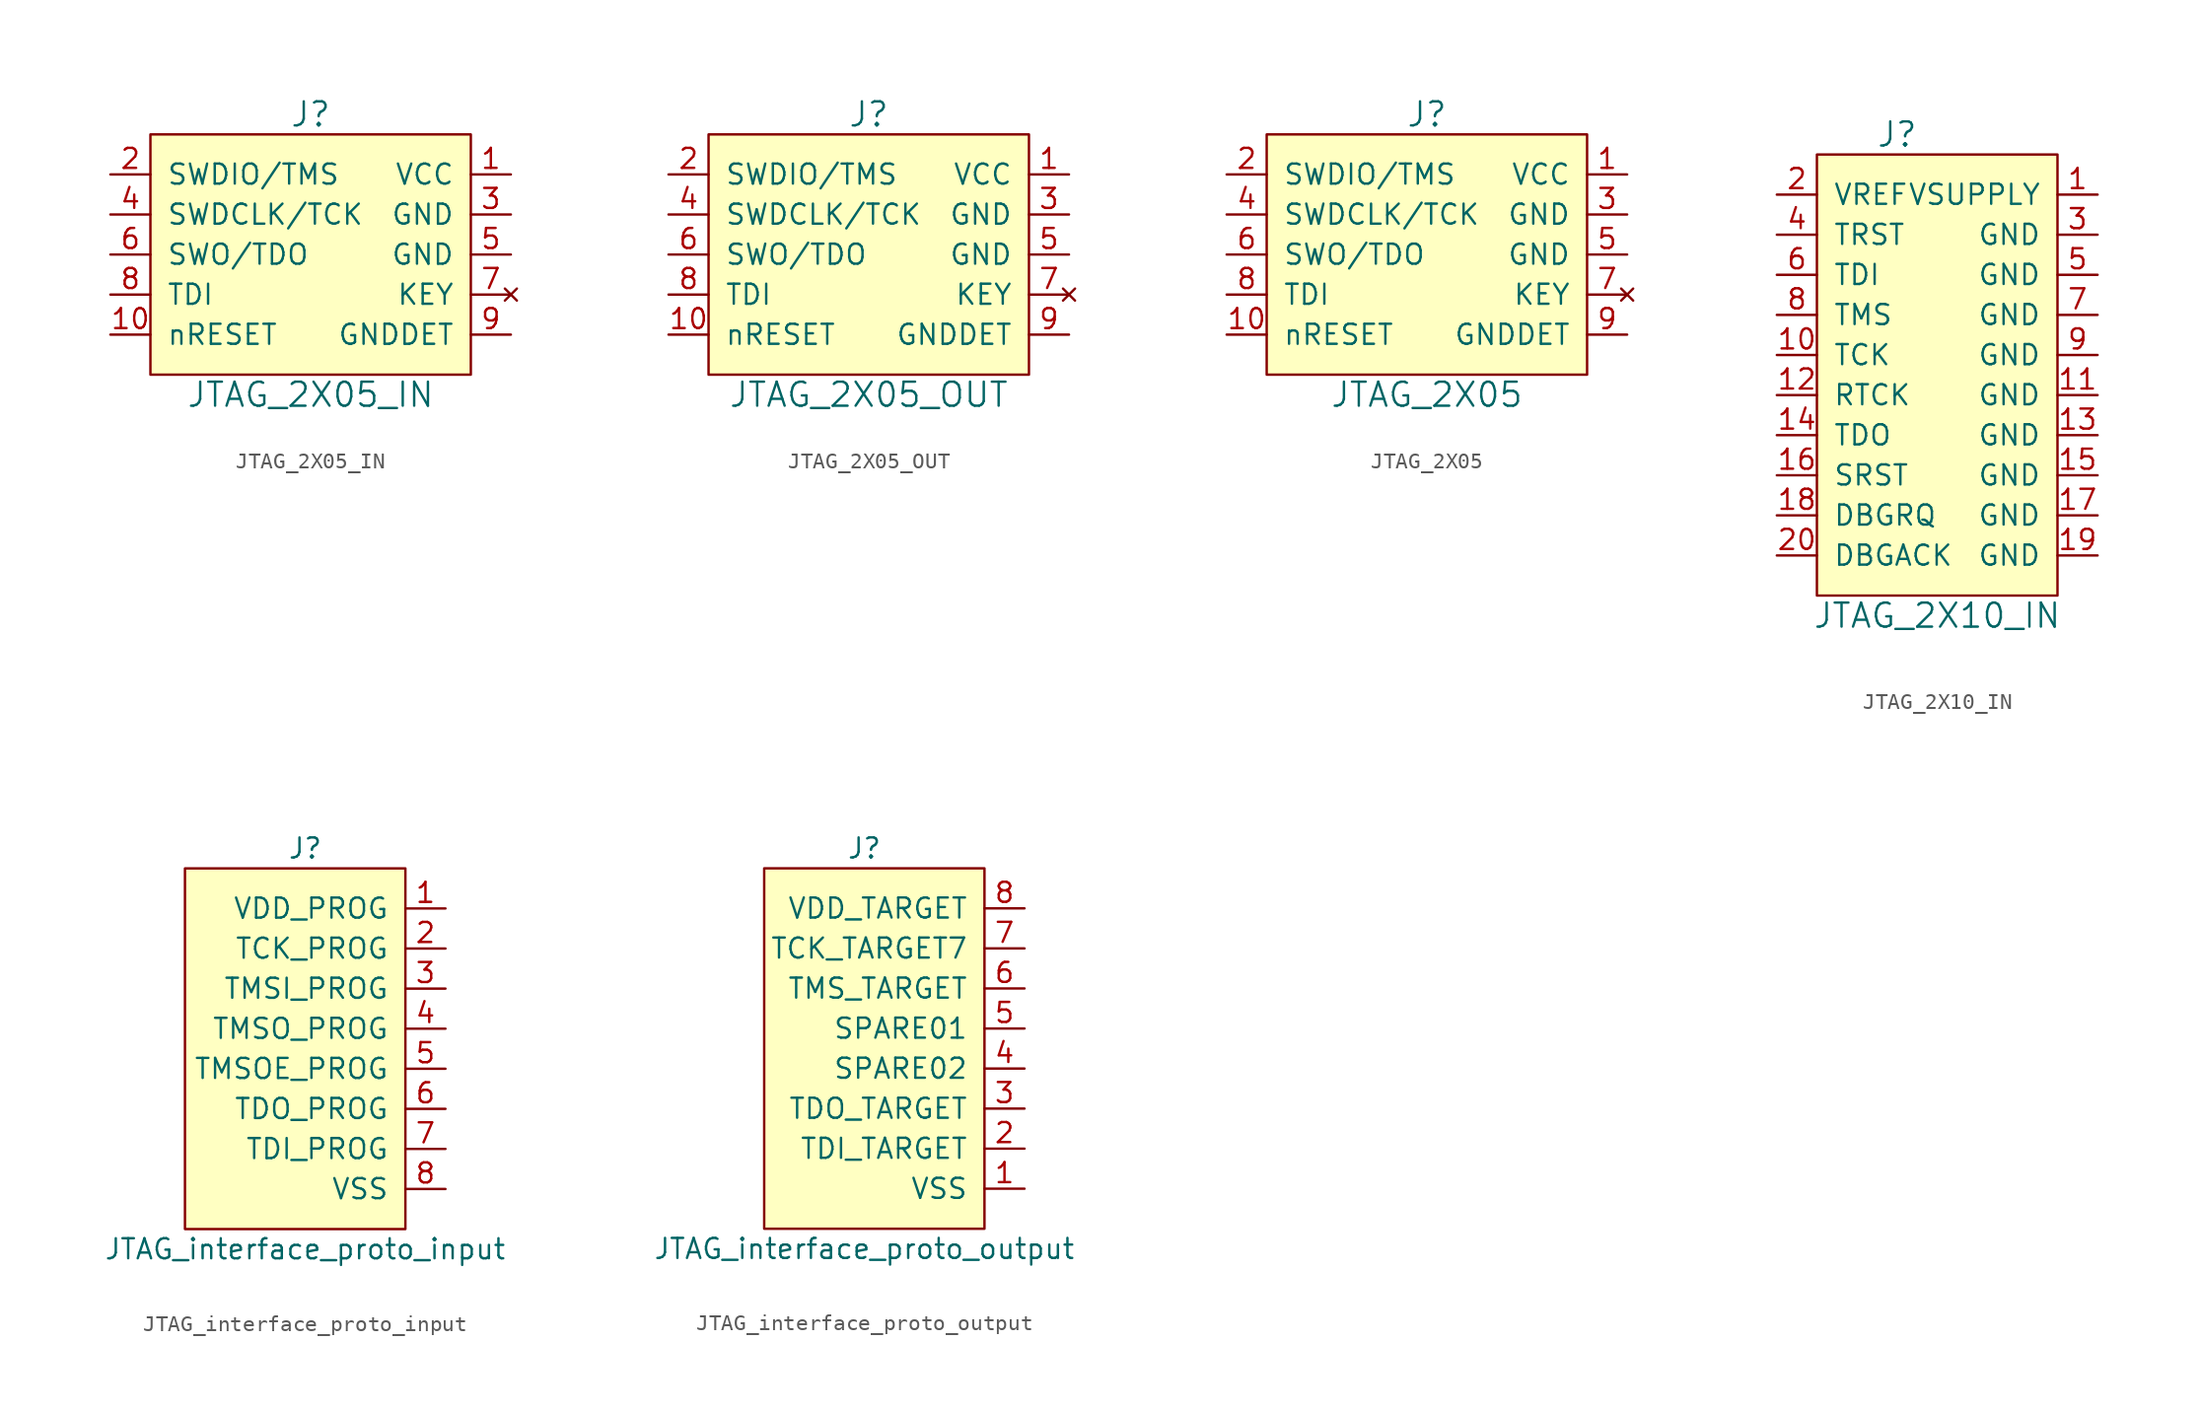
<source format=kicad_sym>
(kicad_symbol_lib
  (version 20211014)
  (generator kicad_symbol_editor)
  (symbol "JTAG_2X05_IN"
    (pin_names
      (offset 1.016))
    (property "Reference" "J"
      (at 0 8.89 0)
      (effects (font (size 1.524 1.524))))
    (property "Value" "JTAG_2X05_IN"
      (at 0 -8.89 0)
      (effects (font (size 1.524 1.524))))
    (symbol "JTAG_2X05_IN_0_1"
      (rectangle (start -10.16 7.62) (end 10.16 -7.62) (stroke (width 0) (type default) (color 0 0 0 0)) (fill (type background))))
    (symbol "JTAG_2X05_IN_1_1"
      (pin power_in line (at 12.7 5.08 180) (length 2.54) (name "VCC" (effects (font (size 1.27 1.27)))) (number "1" (effects (font (size 1.27 1.27)))))
      (pin open_collector line (at -12.7 -5.08 0) (length 2.54) (name "nRESET" (effects (font (size 1.27 1.27)))) (number "10" (effects (font (size 1.27 1.27)))))
      (pin bidirectional line (at -12.7 5.08 0) (length 2.54) (name "SWDIO/TMS" (effects (font (size 1.27 1.27)))) (number "2" (effects (font (size 1.27 1.27)))))
      (pin power_in line (at 12.7 2.54 180) (length 2.54) (name "GND" (effects (font (size 1.27 1.27)))) (number "3" (effects (font (size 1.27 1.27)))))
      (pin output line (at -12.7 2.54 0) (length 2.54) (name "SWDCLK/TCK" (effects (font (size 1.27 1.27)))) (number "4" (effects (font (size 1.27 1.27)))))
      (pin power_in line (at 12.7 0 180) (length 2.54) (name "GND" (effects (font (size 1.27 1.27)))) (number "5" (effects (font (size 1.27 1.27)))))
      (pin output line (at -12.7 0 0) (length 2.54) (name "SWO/TDO" (effects (font (size 1.27 1.27)))) (number "6" (effects (font (size 1.27 1.27)))))
      (pin no_connect line (at 12.7 -2.54 180) (length 2.54) (name "KEY" (effects (font (size 1.27 1.27)))) (number "7" (effects (font (size 1.27 1.27)))))
      (pin input line (at -12.7 -2.54 0) (length 2.54) (name "TDI" (effects (font (size 1.27 1.27)))) (number "8" (effects (font (size 1.27 1.27)))))
      (pin power_in line (at 12.7 -5.08 180) (length 2.54) (name "GNDDET" (effects (font (size 1.27 1.27)))) (number "9" (effects (font (size 1.27 1.27)))))))
  (symbol "JTAG_2X05_OUT"
    (pin_names
      (offset 1.016))
    (property "Reference" "J"
      (at 0 8.89 0)
      (effects (font (size 1.524 1.524))))
    (property "Value" "JTAG_2X05_OUT"
      (at 0 -8.89 0)
      (effects (font (size 1.524 1.524))))
    (symbol "JTAG_2X05_OUT_0_1"
      (rectangle (start -10.16 7.62) (end 10.16 -7.62) (stroke (width 0) (type default) (color 0 0 0 0)) (fill (type background))))
    (symbol "JTAG_2X05_OUT_1_1"
      (pin power_in line (at 12.7 5.08 180) (length 2.54) (name "VCC" (effects (font (size 1.27 1.27)))) (number "1" (effects (font (size 1.27 1.27)))))
      (pin open_collector line (at -12.7 -5.08 0) (length 2.54) (name "nRESET" (effects (font (size 1.27 1.27)))) (number "10" (effects (font (size 1.27 1.27)))))
      (pin bidirectional line (at -12.7 5.08 0) (length 2.54) (name "SWDIO/TMS" (effects (font (size 1.27 1.27)))) (number "2" (effects (font (size 1.27 1.27)))))
      (pin power_in line (at 12.7 2.54 180) (length 2.54) (name "GND" (effects (font (size 1.27 1.27)))) (number "3" (effects (font (size 1.27 1.27)))))
      (pin input line (at -12.7 2.54 0) (length 2.54) (name "SWDCLK/TCK" (effects (font (size 1.27 1.27)))) (number "4" (effects (font (size 1.27 1.27)))))
      (pin power_in line (at 12.7 0 180) (length 2.54) (name "GND" (effects (font (size 1.27 1.27)))) (number "5" (effects (font (size 1.27 1.27)))))
      (pin input line (at -12.7 0 0) (length 2.54) (name "SWO/TDO" (effects (font (size 1.27 1.27)))) (number "6" (effects (font (size 1.27 1.27)))))
      (pin no_connect line (at 12.7 -2.54 180) (length 2.54) (name "KEY" (effects (font (size 1.27 1.27)))) (number "7" (effects (font (size 1.27 1.27)))))
      (pin output line (at -12.7 -2.54 0) (length 2.54) (name "TDI" (effects (font (size 1.27 1.27)))) (number "8" (effects (font (size 1.27 1.27)))))
      (pin power_in line (at 12.7 -5.08 180) (length 2.54) (name "GNDDET" (effects (font (size 1.27 1.27)))) (number "9" (effects (font (size 1.27 1.27)))))))
  (symbol "JTAG_2X05"
    (pin_names
      (offset 1.016))
    (property "Reference" "J"
      (at 0 8.89 0)
      (effects (font (size 1.524 1.524))))
    (property "Value" "JTAG_2X05"
      (at 0 -8.89 0)
      (effects (font (size 1.524 1.524))))
    (symbol "JTAG_2X05_0_1"
      (rectangle (start -10.16 7.62) (end 10.16 -7.62) (stroke (width 0) (type default) (color 0 0 0 0)) (fill (type background))))
    (symbol "JTAG_2X05_1_1"
      (pin power_in line (at 12.7 5.08 180) (length 2.54) (name "VCC" (effects (font (size 1.27 1.27)))) (number "1" (effects (font (size 1.27 1.27)))))
      (pin open_collector line (at -12.7 -5.08 0) (length 2.54) (name "nRESET" (effects (font (size 1.27 1.27)))) (number "10" (effects (font (size 1.27 1.27)))))
      (pin bidirectional line (at -12.7 5.08 0) (length 2.54) (name "SWDIO/TMS" (effects (font (size 1.27 1.27)))) (number "2" (effects (font (size 1.27 1.27)))))
      (pin power_in line (at 12.7 2.54 180) (length 2.54) (name "GND" (effects (font (size 1.27 1.27)))) (number "3" (effects (font (size 1.27 1.27)))))
      (pin output line (at -12.7 2.54 0) (length 2.54) (name "SWDCLK/TCK" (effects (font (size 1.27 1.27)))) (number "4" (effects (font (size 1.27 1.27)))))
      (pin power_in line (at 12.7 0 180) (length 2.54) (name "GND" (effects (font (size 1.27 1.27)))) (number "5" (effects (font (size 1.27 1.27)))))
      (pin output line (at -12.7 0 0) (length 2.54) (name "SWO/TDO" (effects (font (size 1.27 1.27)))) (number "6" (effects (font (size 1.27 1.27)))))
      (pin no_connect line (at 12.7 -2.54 180) (length 2.54) (name "KEY" (effects (font (size 1.27 1.27)))) (number "7" (effects (font (size 1.27 1.27)))))
      (pin input line (at -12.7 -2.54 0) (length 2.54) (name "TDI" (effects (font (size 1.27 1.27)))) (number "8" (effects (font (size 1.27 1.27)))))
      (pin power_in line (at 12.7 -5.08 180) (length 2.54) (name "GNDDET" (effects (font (size 1.27 1.27)))) (number "9" (effects (font (size 1.27 1.27)))))))
  (symbol "JTAG_2X10_IN"
    (pin_names
      (offset 1.016))
    (property "Reference" "J"
      (at -2.54 15.24 0)
      (effects (font (size 1.524 1.524))))
    (property "Value" "JTAG_2X10_IN"
      (at 0 -15.24 0)
      (effects (font (size 1.524 1.524))))
    (symbol "JTAG_2X10_IN_0_1"
      (rectangle (start -7.62 13.97) (end 7.62 -13.97) (stroke (width 0) (type default) (color 0 0 0 0)) (fill (type background))))
    (symbol "JTAG_2X10_IN_1_1"
      (pin power_in line (at 10.16 11.43 180) (length 2.54) (name "VSUPPLY" (effects (font (size 1.27 1.27)))) (number "1" (effects (font (size 1.27 1.27)))))
      (pin bidirectional line (at -10.16 1.27 0) (length 2.54) (name "TCK" (effects (font (size 1.27 1.27)))) (number "10" (effects (font (size 1.27 1.27)))))
      (pin power_in line (at 10.16 -1.27 180) (length 2.54) (name "GND" (effects (font (size 1.27 1.27)))) (number "11" (effects (font (size 1.27 1.27)))))
      (pin bidirectional line (at -10.16 -1.27 0) (length 2.54) (name "RTCK" (effects (font (size 1.27 1.27)))) (number "12" (effects (font (size 1.27 1.27)))))
      (pin power_in line (at 10.16 -3.81 180) (length 2.54) (name "GND" (effects (font (size 1.27 1.27)))) (number "13" (effects (font (size 1.27 1.27)))))
      (pin bidirectional line (at -10.16 -3.81 0) (length 2.54) (name "TDO" (effects (font (size 1.27 1.27)))) (number "14" (effects (font (size 1.27 1.27)))))
      (pin power_in line (at 10.16 -6.35 180) (length 2.54) (name "GND" (effects (font (size 1.27 1.27)))) (number "15" (effects (font (size 1.27 1.27)))))
      (pin open_collector line (at -10.16 -6.35 0) (length 2.54) (name "SRST" (effects (font (size 1.27 1.27)))) (number "16" (effects (font (size 1.27 1.27)))))
      (pin power_in line (at 10.16 -8.89 180) (length 2.54) (name "GND" (effects (font (size 1.27 1.27)))) (number "17" (effects (font (size 1.27 1.27)))))
      (pin bidirectional line (at -10.16 -8.89 0) (length 2.54) (name "DBGRQ" (effects (font (size 1.27 1.27)))) (number "18" (effects (font (size 1.27 1.27)))))
      (pin power_in line (at 10.16 -11.43 180) (length 2.54) (name "GND" (effects (font (size 1.27 1.27)))) (number "19" (effects (font (size 1.27 1.27)))))
      (pin power_in line (at -10.16 11.43 0) (length 2.54) (name "VREF" (effects (font (size 1.27 1.27)))) (number "2" (effects (font (size 1.27 1.27)))))
      (pin bidirectional line (at -10.16 -11.43 0) (length 2.54) (name "DBGACK" (effects (font (size 1.27 1.27)))) (number "20" (effects (font (size 1.27 1.27)))))
      (pin power_in line (at 10.16 8.89 180) (length 2.54) (name "GND" (effects (font (size 1.27 1.27)))) (number "3" (effects (font (size 1.27 1.27)))))
      (pin open_collector line (at -10.16 8.89 0) (length 2.54) (name "TRST" (effects (font (size 1.27 1.27)))) (number "4" (effects (font (size 1.27 1.27)))))
      (pin power_in line (at 10.16 6.35 180) (length 2.54) (name "GND" (effects (font (size 1.27 1.27)))) (number "5" (effects (font (size 1.27 1.27)))))
      (pin bidirectional line (at -10.16 6.35 0) (length 2.54) (name "TDI" (effects (font (size 1.27 1.27)))) (number "6" (effects (font (size 1.27 1.27)))))
      (pin power_in line (at 10.16 3.81 180) (length 2.54) (name "GND" (effects (font (size 1.27 1.27)))) (number "7" (effects (font (size 1.27 1.27)))))
      (pin bidirectional line (at -10.16 3.81 0) (length 2.54) (name "TMS" (effects (font (size 1.27 1.27)))) (number "8" (effects (font (size 1.27 1.27)))))
      (pin power_in line (at 10.16 1.27 180) (length 2.54) (name "GND" (effects (font (size 1.27 1.27)))) (number "9" (effects (font (size 1.27 1.27)))))))
  (symbol "JTAG_interface_proto_input"
    (pin_names
      (offset 1.016))
    (property "Reference" "J"
      (at 0 17.78 0)
      (effects (font (size 1.27 1.27))))
    (property "Value" "JTAG_interface_proto_input"
      (at 0 -7.62 0)
      (effects (font (size 1.27 1.27))))
    (symbol "JTAG_interface_proto_input_0_1"
      (rectangle (start 6.35 16.51) (end -7.62 -6.35) (stroke (width 0) (type default) (color 0 0 0 0)) (fill (type background))))
    (symbol "JTAG_interface_proto_input_1_1"
      (pin power_out line (at 8.89 13.97 180) (length 2.54) (name "VDD_PROG" (effects (font (size 1.27 1.27)))) (number "1" (effects (font (size 1.27 1.27)))))
      (pin output line (at 8.89 11.43 180) (length 2.54) (name "TCK_PROG" (effects (font (size 1.27 1.27)))) (number "2" (effects (font (size 1.27 1.27)))))
      (pin input line (at 8.89 8.89 180) (length 2.54) (name "TMSI_PROG" (effects (font (size 1.27 1.27)))) (number "3" (effects (font (size 1.27 1.27)))))
      (pin output line (at 8.89 6.35 180) (length 2.54) (name "TMSO_PROG" (effects (font (size 1.27 1.27)))) (number "4" (effects (font (size 1.27 1.27)))))
      (pin output line (at 8.89 3.81 180) (length 2.54) (name "TMSOE_PROG" (effects (font (size 1.27 1.27)))) (number "5" (effects (font (size 1.27 1.27)))))
      (pin input line (at 8.89 1.27 180) (length 2.54) (name "TDO_PROG" (effects (font (size 1.27 1.27)))) (number "6" (effects (font (size 1.27 1.27)))))
      (pin output line (at 8.89 -1.27 180) (length 2.54) (name "TDI_PROG" (effects (font (size 1.27 1.27)))) (number "7" (effects (font (size 1.27 1.27)))))
      (pin power_out line (at 8.89 -3.81 180) (length 2.54) (name "VSS" (effects (font (size 1.27 1.27)))) (number "8" (effects (font (size 1.27 1.27)))))))
  (symbol "JTAG_interface_proto_output"
    (pin_names
      (offset 1.016))
    (property "Reference" "J"
      (at 0 10.16 0)
      (effects (font (size 1.27 1.27))))
    (property "Value" "JTAG_interface_proto_output"
      (at 0 -15.24 0)
      (effects (font (size 1.27 1.27))))
    (symbol "JTAG_interface_proto_output_0_1"
      (rectangle (start 7.62 8.89) (end -6.35 -13.97) (stroke (width 0) (type default) (color 0 0 0 0)) (fill (type background))))
    (symbol "JTAG_interface_proto_output_1_1"
      (pin power_in line (at 10.16 -11.43 180) (length 2.54) (name "VSS" (effects (font (size 1.27 1.27)))) (number "1" (effects (font (size 1.27 1.27)))))
      (pin output line (at 10.16 -8.89 180) (length 2.54) (name "TDI_TARGET" (effects (font (size 1.27 1.27)))) (number "2" (effects (font (size 1.27 1.27)))))
      (pin input line (at 10.16 -6.35 180) (length 2.54) (name "TDO_TARGET" (effects (font (size 1.27 1.27)))) (number "3" (effects (font (size 1.27 1.27)))))
      (pin bidirectional line (at 10.16 -3.81 180) (length 2.54) (name "SPARE02" (effects (font (size 1.27 1.27)))) (number "4" (effects (font (size 1.27 1.27)))))
      (pin bidirectional line (at 10.16 -1.27 180) (length 2.54) (name "SPARE01" (effects (font (size 1.27 1.27)))) (number "5" (effects (font (size 1.27 1.27)))))
      (pin bidirectional line (at 10.16 1.27 180) (length 2.54) (name "TMS_TARGET" (effects (font (size 1.27 1.27)))) (number "6" (effects (font (size 1.27 1.27)))))
      (pin input line (at 10.16 3.81 180) (length 2.54) (name "TCK_TARGET7" (effects (font (size 1.27 1.27)))) (number "7" (effects (font (size 1.27 1.27)))))
      (pin power_out line (at 10.16 6.35 180) (length 2.54) (name "VDD_TARGET" (effects (font (size 1.27 1.27)))) (number "8" (effects (font (size 1.27 1.27))))))))
</source>
